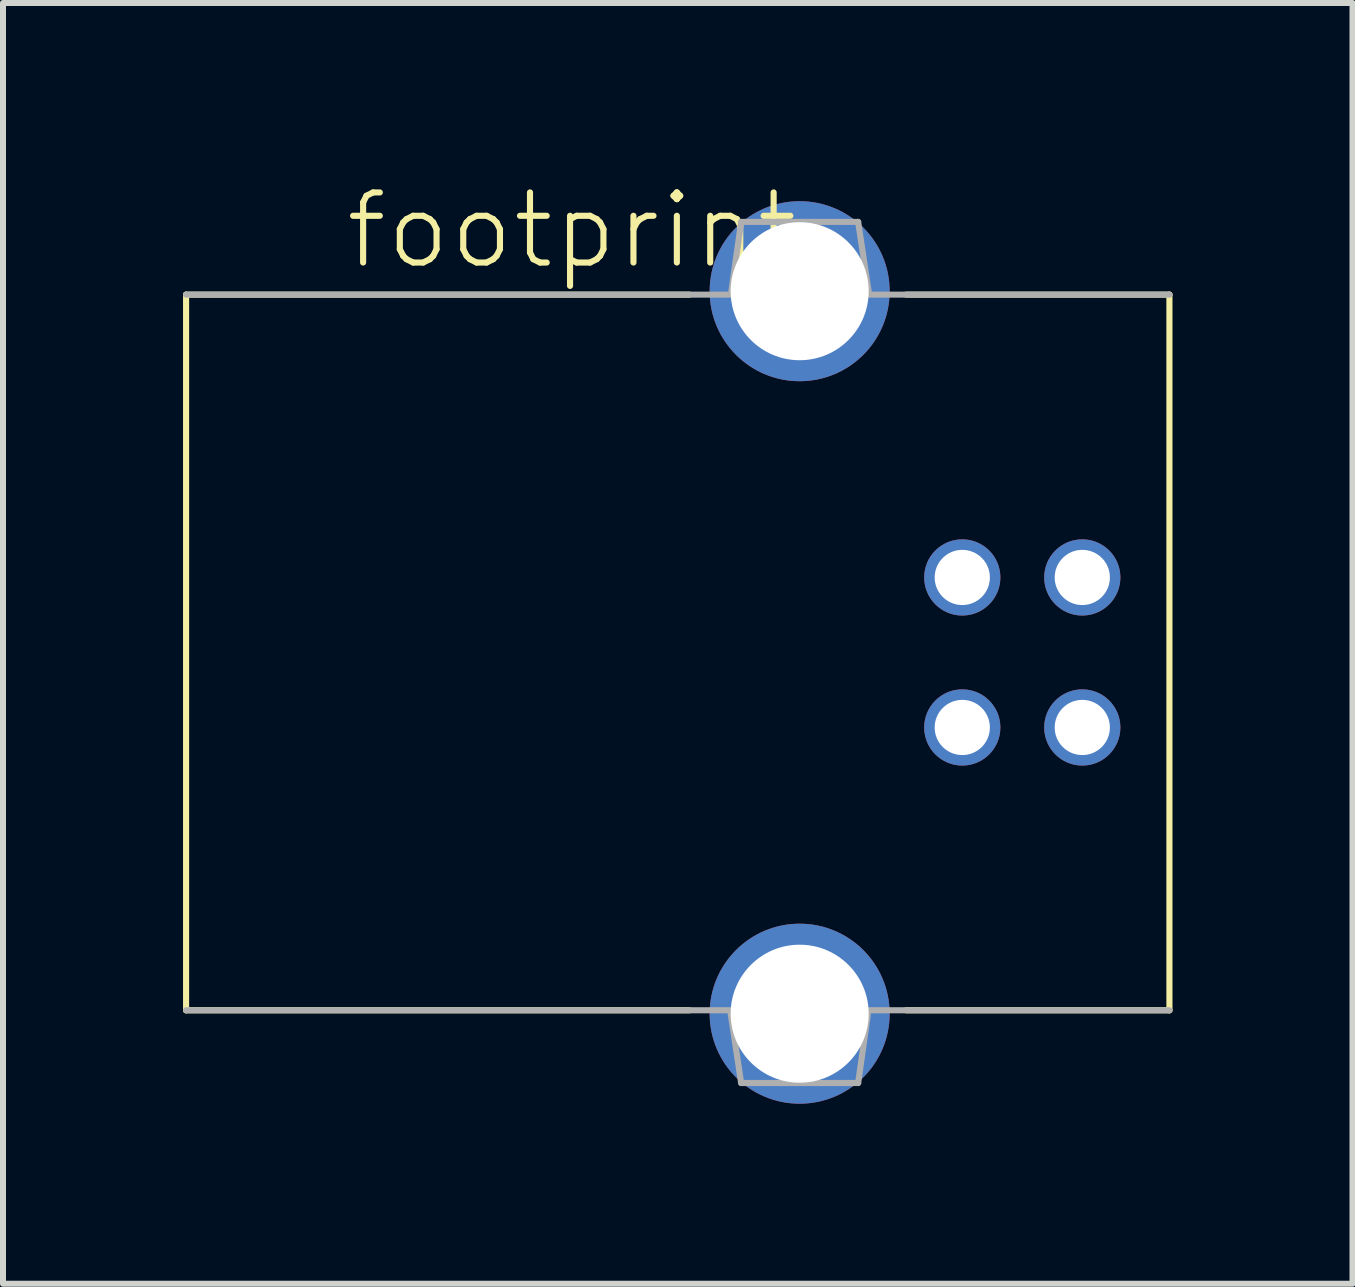
<source format=kicad_pcb>
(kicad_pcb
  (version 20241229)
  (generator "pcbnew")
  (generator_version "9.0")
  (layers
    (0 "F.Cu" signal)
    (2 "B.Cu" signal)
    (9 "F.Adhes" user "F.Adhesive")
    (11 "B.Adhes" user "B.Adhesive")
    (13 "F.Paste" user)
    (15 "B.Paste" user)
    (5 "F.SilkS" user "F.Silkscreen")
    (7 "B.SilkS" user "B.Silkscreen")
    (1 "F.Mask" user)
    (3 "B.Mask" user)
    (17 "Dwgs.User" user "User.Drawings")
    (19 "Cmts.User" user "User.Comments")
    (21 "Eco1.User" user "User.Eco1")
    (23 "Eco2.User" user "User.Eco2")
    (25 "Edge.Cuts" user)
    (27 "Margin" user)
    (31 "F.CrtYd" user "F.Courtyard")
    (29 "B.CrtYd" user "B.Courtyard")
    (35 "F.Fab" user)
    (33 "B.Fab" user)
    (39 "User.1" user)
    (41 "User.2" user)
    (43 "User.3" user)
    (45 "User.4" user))
  (footprint "footprint"
    (layer "F.Cu")
    (at 10.276 7.823)
    (property "Reference" "footprint" (at -7.62 -6.35 0) (layer "F.SilkS") (effects (font (size 1.168 1.168) (thickness 0.102)) (justify left bottom)))
    (fp_line (start -10.225 -5.963) (end -10.225 5.963) (stroke (width 0.102) (type solid)) (layer "F.SilkS"))
    (fp_line (start -10.225 5.963) (end -1.837 5.963) (stroke (width 0.102) (type solid)) (layer "F.SilkS"))
    (fp_line (start -1.837 -5.963) (end -10.225 -5.963) (stroke (width 0.102) (type solid)) (layer "F.SilkS"))
    (fp_line (start 1.775 5.963) (end 6.162 5.963) (stroke (width 0.102) (type solid)) (layer "F.SilkS"))
    (fp_line (start 6.162 -5.963) (end 1.775 -5.963) (stroke (width 0.102) (type solid)) (layer "F.SilkS"))
    (fp_line (start 6.162 5.963) (end 6.162 -5.963) (stroke (width 0.102) (type solid)) (layer "F.SilkS"))
    (fp_line (start -10.225 5.963) (end 6.162 5.963) (stroke (width 0.102) (type solid)) (layer "F.Fab"))
    (fp_line (start -1.15 6.013) (end -0.975 7.175) (stroke (width 0.102) (type solid)) (layer "F.Fab"))
    (fp_line (start -0.975 -7.175) (end -1.137 -6.025) (stroke (width 0.102) (type solid)) (layer "F.Fab"))
    (fp_line (start -0.975 7.175) (end 0.975 7.175) (stroke (width 0.102) (type solid)) (layer "F.Fab"))
    (fp_line (start 0.975 -7.175) (end -0.975 -7.175) (stroke (width 0.102) (type solid)) (layer "F.Fab"))
    (fp_line (start 0.975 7.175) (end 1.137 6.025) (stroke (width 0.102) (type solid)) (layer "F.Fab"))
    (fp_line (start 1.15 -6.013) (end 0.975 -7.175) (stroke (width 0.102) (type solid)) (layer "F.Fab"))
    (fp_line (start 6.162 -5.963) (end -10.225 -5.963) (stroke (width 0.102) (type solid)) (layer "F.Fab"))
    (pad "1" thru_hole circle (at 4.71 1.25 270) (size 1.27 1.27) (drill 0.92) (layers "*.Cu" "*.Mask"))
    (pad "2" thru_hole circle (at 4.71 -1.25 270) (size 1.27 1.27) (drill 0.92) (layers "*.Cu" "*.Mask"))
    (pad "3" thru_hole circle (at 2.71 -1.25 270) (size 1.27 1.27) (drill 0.92) (layers "*.Cu" "*.Mask"))
    (pad "4" thru_hole circle (at 2.71 1.25 270) (size 1.27 1.27) (drill 0.92) (layers "*.Cu" "*.Mask"))
    (pad "M1" thru_hole circle (at 0 -6.02 270) (size 3 3) (drill 2.3) (layers "*.Cu" "*.Mask"))
    (pad "M2" thru_hole circle (at 0 6.02 270) (size 3 3) (drill 2.3) (layers "*.Cu" "*.Mask")))
  (gr_rect
    (start -3 -3)
    (end 19.489 18.343)
    (stroke (width 0.1) (type default))
    (fill no)
    (layer "Edge.Cuts")))
</source>
